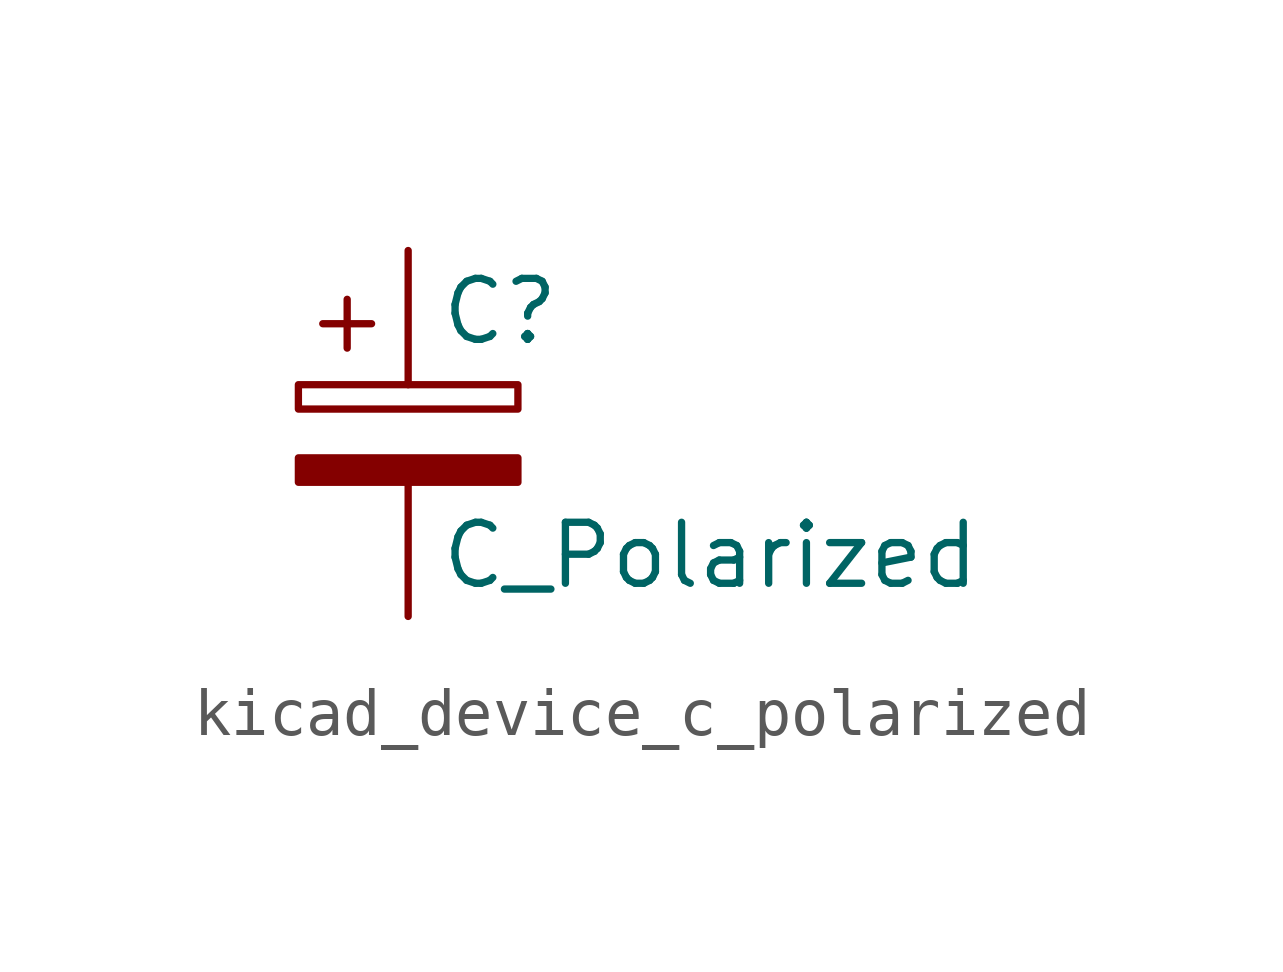
<source format=kicad_sym>
(kicad_symbol_lib
  (version 20220914)
  (generator kicad_symbol_editor)
  (symbol "kicad_device_c_polarized"
    (pin_numbers hide)
    (pin_names
      (offset 0.254))
    (property "Reference" "C"
      (at 0.635 2.54 0)
      (effects (font (size 1.27 1.27)) (justify left)))
    (property "Value" "C_Polarized"
      (at 0.635 -2.54 0)
      (effects (font (size 1.27 1.27)) (justify left)))
    (symbol "kicad_device_c_polarized_0_1"
      (rectangle (start -2.286 0.508) (end 2.286 1.016) (stroke (width 0) (type default)) (fill (type none)))
      (polyline (pts (xy -1.778 2.286) (xy -0.762 2.286)) (stroke (width 0) (type default)) (fill (type none)))
      (polyline (pts (xy -1.27 2.794) (xy -1.27 1.778)) (stroke (width 0) (type default)) (fill (type none)))
      (rectangle (start 2.286 -0.508) (end -2.286 -1.016) (stroke (width 0) (type default)) (fill (type outline))))
    (symbol "kicad_device_c_polarized_1_1"
      (pin passive line (at 0 3.81 270) (length 2.794) (name "~" (effects (font (size 1.27 1.27)))) (number "1" (effects (font (size 1.27 1.27)))))
      (pin passive line (at 0 -3.81 90) (length 2.794) (name "~" (effects (font (size 1.27 1.27)))) (number "2" (effects (font (size 1.27 1.27))))))))
</source>
